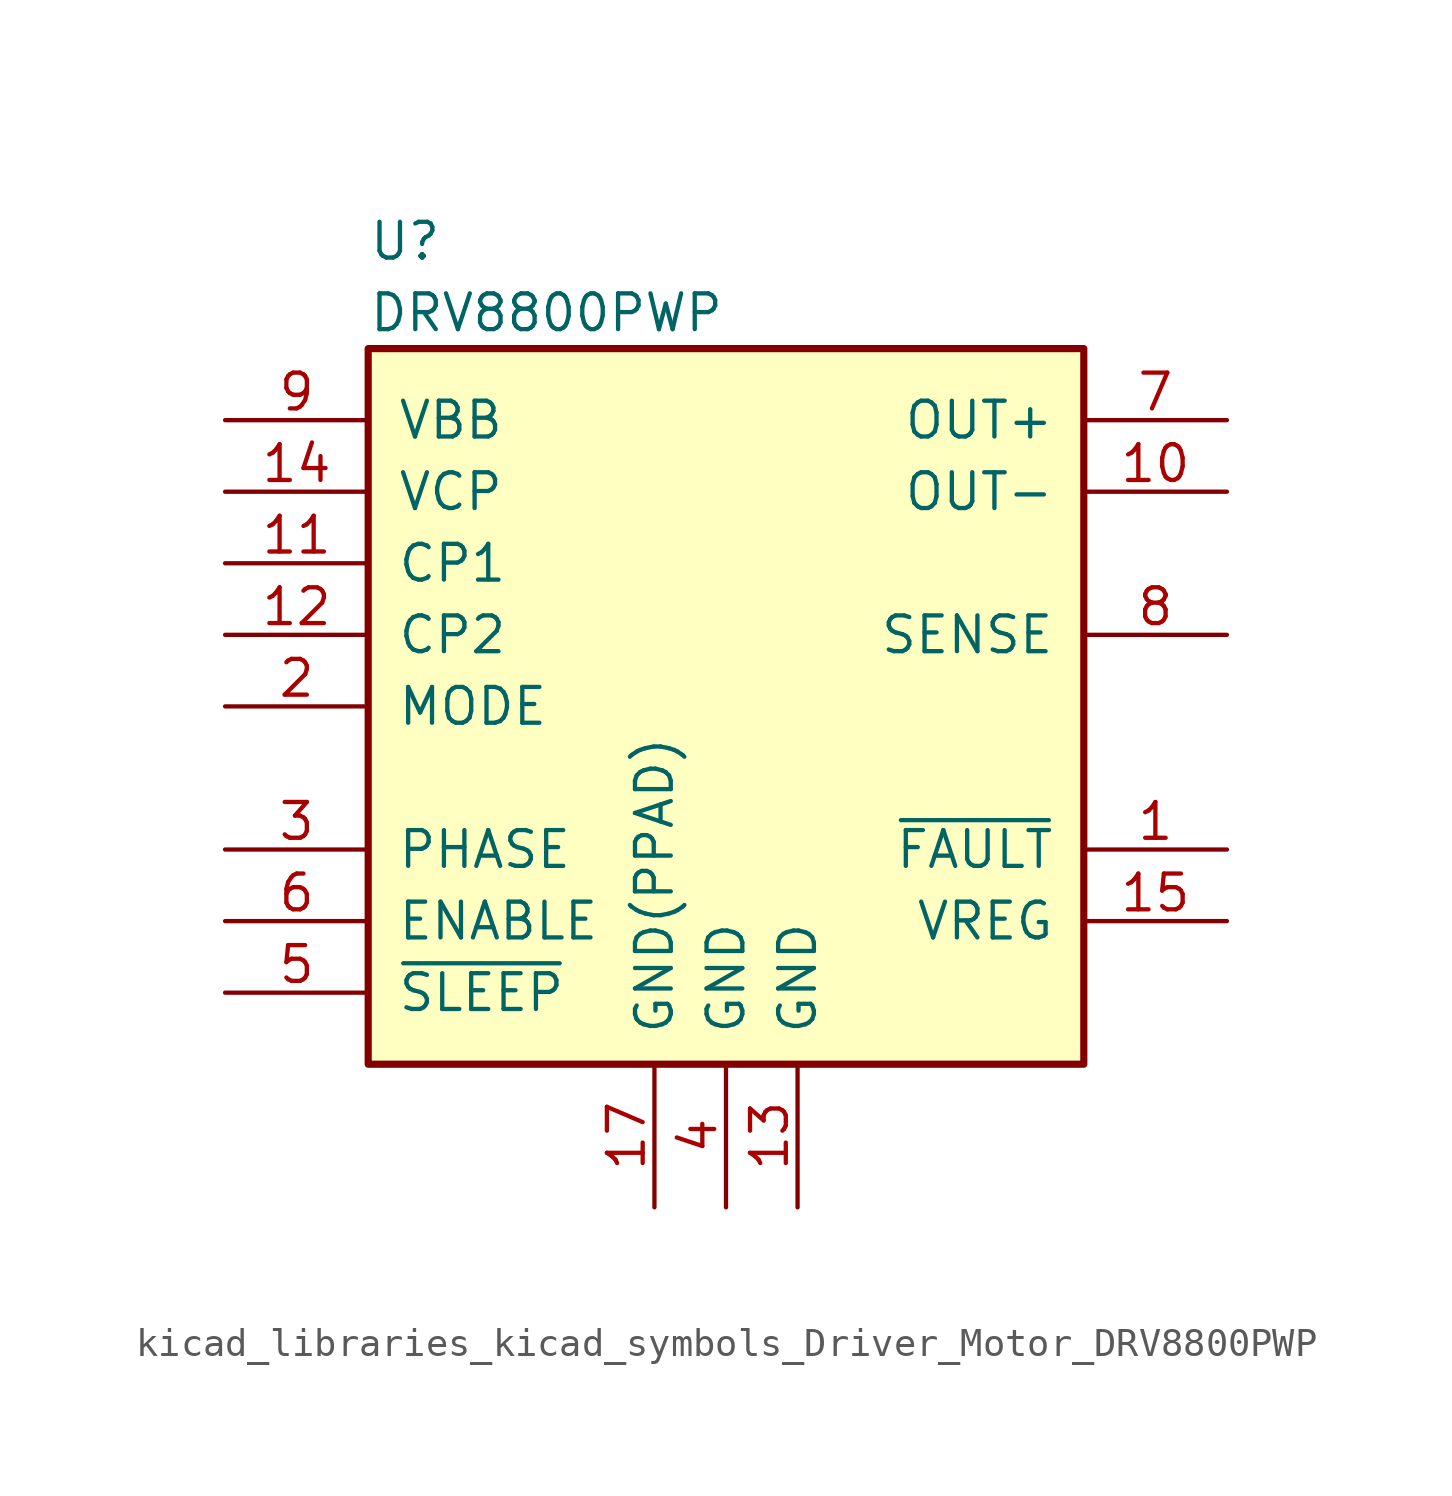
<source format=kicad_sym>
(kicad_symbol_lib
  (version 20220914)
  (generator kicad_symbol_editor)
  (symbol "kicad_libraries_kicad_symbols_Driver_Motor_DRV8800PWP"
    (pin_names
      (offset 1.016))
    (property "Reference" "U"
      (at -12.7 16.51 0)
      (effects (font (size 1.27 1.27)) (justify left)))
    (property "Value" "DRV8800PWP"
      (at -12.7 13.97 0)
      (effects (font (size 1.27 1.27)) (justify left)))
    (symbol "kicad_libraries_kicad_symbols_Driver_Motor_DRV8800PWP_0_1"
      (rectangle (start -12.7 12.7) (end 12.7 -12.7) (stroke (width 0.254) (type default)) (fill (type background))))
    (symbol "kicad_libraries_kicad_symbols_Driver_Motor_DRV8800PWP_1_1"
      (pin open_collector line (at 17.78 -5.08 180) (length 5.08) (name "~{FAULT}" (effects (font (size 1.27 1.27)))) (number "1" (effects (font (size 1.27 1.27)))))
      (pin power_out line (at 17.78 7.62 180) (length 5.08) (name "OUT-" (effects (font (size 1.27 1.27)))) (number "10" (effects (font (size 1.27 1.27)))))
      (pin power_in line (at -17.78 5.08 0) (length 5.08) (name "CP1" (effects (font (size 1.27 1.27)))) (number "11" (effects (font (size 1.27 1.27)))))
      (pin power_in line (at -17.78 2.54 0) (length 5.08) (name "CP2" (effects (font (size 1.27 1.27)))) (number "12" (effects (font (size 1.27 1.27)))))
      (pin power_in line (at 2.54 -17.78 90) (length 5.08) (name "GND" (effects (font (size 1.27 1.27)))) (number "13" (effects (font (size 1.27 1.27)))))
      (pin power_in line (at -17.78 7.62 0) (length 5.08) (name "VCP" (effects (font (size 1.27 1.27)))) (number "14" (effects (font (size 1.27 1.27)))))
      (pin output line (at 17.78 -7.62 180) (length 5.08) (name "VREG" (effects (font (size 1.27 1.27)))) (number "15" (effects (font (size 1.27 1.27)))))
      (pin no_connect line (at -12.7 -2.54 0) (length 5.08) hide (name "NC" (effects (font (size 1.27 1.27)))) (number "16" (effects (font (size 1.27 1.27)))))
      (pin power_in line (at -2.54 -17.78 90) (length 5.08) (name "GND(PPAD)" (effects (font (size 1.27 1.27)))) (number "17" (effects (font (size 1.27 1.27)))))
      (pin input line (at -17.78 0 0) (length 5.08) (name "MODE" (effects (font (size 1.27 1.27)))) (number "2" (effects (font (size 1.27 1.27)))))
      (pin input line (at -17.78 -5.08 0) (length 5.08) (name "PHASE" (effects (font (size 1.27 1.27)))) (number "3" (effects (font (size 1.27 1.27)))))
      (pin power_in line (at 0 -17.78 90) (length 5.08) (name "GND" (effects (font (size 1.27 1.27)))) (number "4" (effects (font (size 1.27 1.27)))))
      (pin input line (at -17.78 -10.16 0) (length 5.08) (name "~{SLEEP}" (effects (font (size 1.27 1.27)))) (number "5" (effects (font (size 1.27 1.27)))))
      (pin input line (at -17.78 -7.62 0) (length 5.08) (name "ENABLE" (effects (font (size 1.27 1.27)))) (number "6" (effects (font (size 1.27 1.27)))))
      (pin power_out line (at 17.78 10.16 180) (length 5.08) (name "OUT+" (effects (font (size 1.27 1.27)))) (number "7" (effects (font (size 1.27 1.27)))))
      (pin power_out line (at 17.78 2.54 180) (length 5.08) (name "SENSE" (effects (font (size 1.27 1.27)))) (number "8" (effects (font (size 1.27 1.27)))))
      (pin power_in line (at -17.78 10.16 0) (length 5.08) (name "VBB" (effects (font (size 1.27 1.27)))) (number "9" (effects (font (size 1.27 1.27))))))))
</source>
